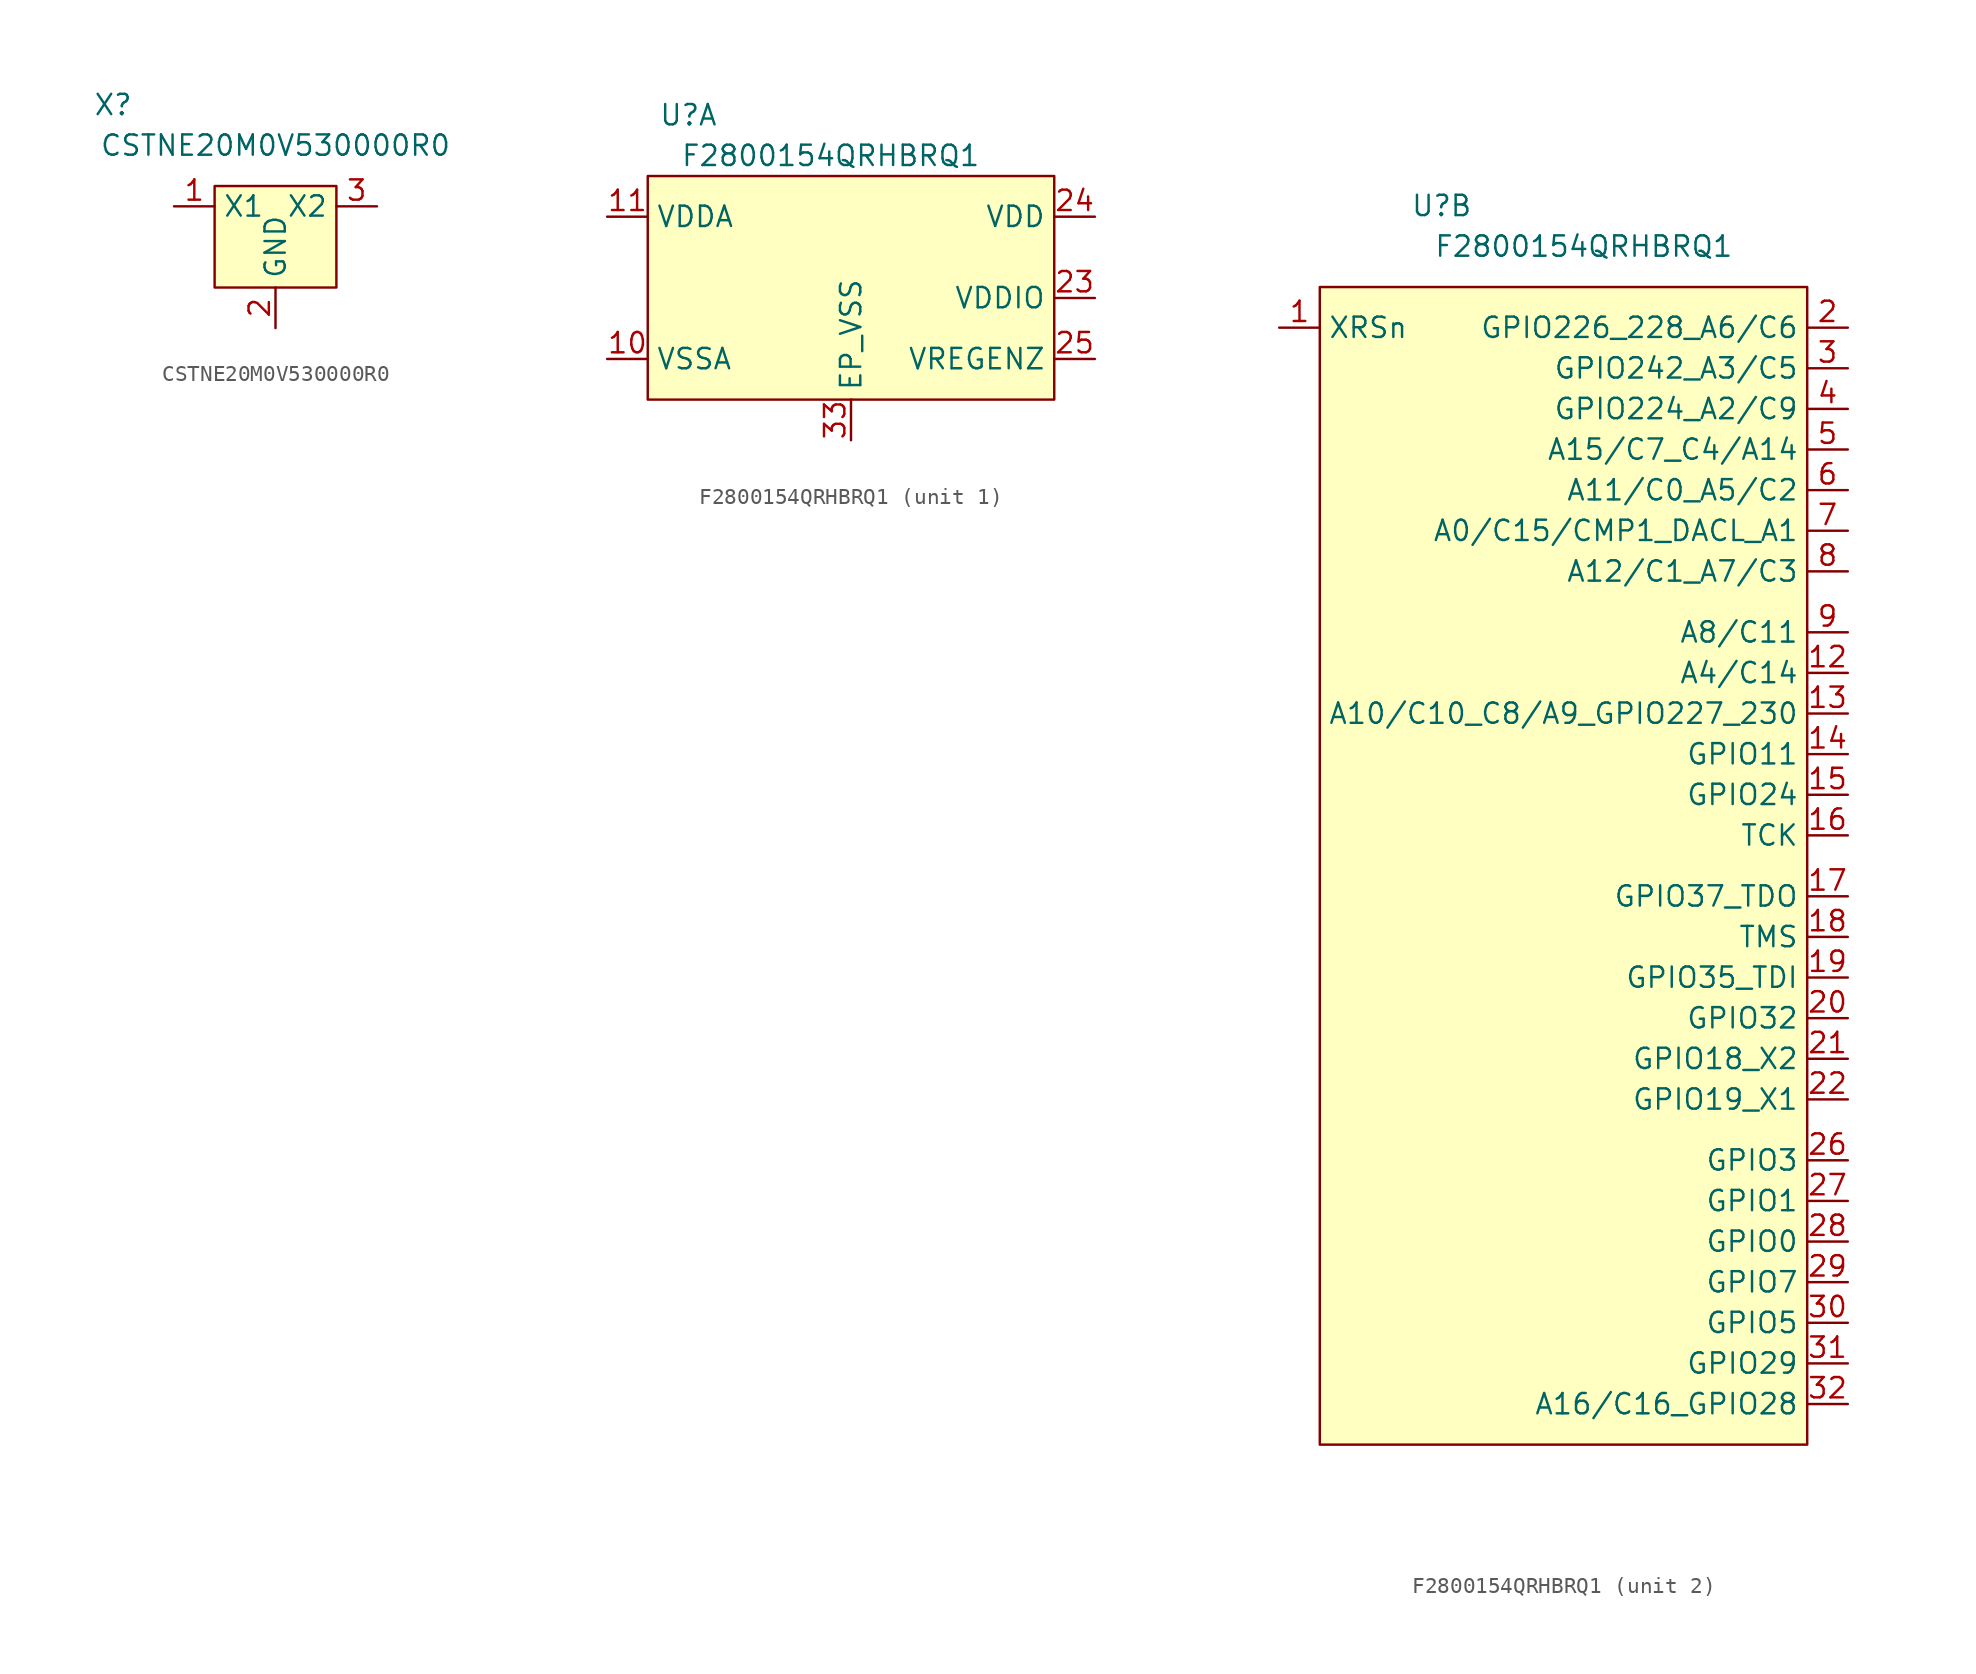
<source format=kicad_sym>
(kicad_symbol_lib
  (version 20220914)
  (generator kicad_symbol_editor)
  (symbol "CSTNE20M0V530000R0"
    (property "Reference" "X"
      (at -10.16 2.54 0)
      (effects (font (size 1.27 1.27))))
    (property "Value" "CSTNE20M0V530000R0"
      (at 0 0 0)
      (effects (font (size 1.27 1.27))))
    (symbol "CSTNE20M0V530000R0_1_1"
      (rectangle (start -3.81 -2.54) (end 3.81 -8.89) (stroke (width 0) (type default)) (fill (type background)))
      (pin input line (at -6.35 -3.81 0) (length 2.54) (name "X1" (effects (font (size 1.27 1.27)))) (number "1" (effects (font (size 1.27 1.27)))))
      (pin input line (at 0 -11.43 90) (length 2.54) (name "GND" (effects (font (size 1.27 1.27)))) (number "2" (effects (font (size 1.27 1.27)))))
      (pin input line (at 6.35 -3.81 180) (length 2.54) (name "X2" (effects (font (size 1.27 1.27)))) (number "3" (effects (font (size 1.27 1.27)))))))
  (symbol "F2800154QRHBRQ1"
    (property "Reference" "U"
      (at -10.16 3.81 0)
      (effects (font (size 1.27 1.27))))
    (property "Value" "F2800154QRHBRQ1"
      (at -1.27 1.27 0)
      (effects (font (size 1.27 1.27))))
    (symbol "F2800154QRHBRQ1_1_1"
      (rectangle (start -12.7 0) (end 12.7 -13.97) (stroke (width 0) (type default)) (fill (type background)))
      (pin input line (at -15.24 -11.43 0) (length 2.54) (name "VSSA" (effects (font (size 1.27 1.27)))) (number "10" (effects (font (size 1.27 1.27)))))
      (pin input line (at -15.24 -2.54 0) (length 2.54) (name "VDDA" (effects (font (size 1.27 1.27)))) (number "11" (effects (font (size 1.27 1.27)))))
      (pin input line (at 15.24 -7.62 180) (length 2.54) (name "VDDIO" (effects (font (size 1.27 1.27)))) (number "23" (effects (font (size 1.27 1.27)))))
      (pin input line (at 15.24 -2.54 180) (length 2.54) (name "VDD" (effects (font (size 1.27 1.27)))) (number "24" (effects (font (size 1.27 1.27)))))
      (pin input line (at 15.24 -11.43 180) (length 2.54) (name "VREGENZ" (effects (font (size 1.27 1.27)))) (number "25" (effects (font (size 1.27 1.27)))))
      (pin input line (at 0 -16.51 90) (length 2.54) (name "EP_VSS" (effects (font (size 1.27 1.27)))) (number "33" (effects (font (size 1.27 1.27))))))
    (symbol "F2800154QRHBRQ1_2_1"
      (rectangle (start -17.78 -1.27) (end 12.7 -73.66) (stroke (width 0) (type default)) (fill (type background)))
      (pin input line (at -20.32 -3.81 0) (length 2.54) (name "XRSn" (effects (font (size 1.27 1.27)))) (number "1" (effects (font (size 1.27 1.27)))))
      (pin input line (at 15.24 -25.4 180) (length 2.54) (name "A4/C14" (effects (font (size 1.27 1.27)))) (number "12" (effects (font (size 1.27 1.27)))))
      (pin input line (at 15.24 -27.94 180) (length 2.54) (name "A10/C10_C8/A9_GPIO227_230" (effects (font (size 1.27 1.27)))) (number "13" (effects (font (size 1.27 1.27)))))
      (pin input line (at 15.24 -30.48 180) (length 2.54) (name "GPIO11" (effects (font (size 1.27 1.27)))) (number "14" (effects (font (size 1.27 1.27)))))
      (pin input line (at 15.24 -33.02 180) (length 2.54) (name "GPIO24" (effects (font (size 1.27 1.27)))) (number "15" (effects (font (size 1.27 1.27)))))
      (pin input line (at 15.24 -35.56 180) (length 2.54) (name "TCK" (effects (font (size 1.27 1.27)))) (number "16" (effects (font (size 1.27 1.27)))))
      (pin input line (at 15.24 -39.37 180) (length 2.54) (name "GPIO37_TDO" (effects (font (size 1.27 1.27)))) (number "17" (effects (font (size 1.27 1.27)))))
      (pin input line (at 15.24 -41.91 180) (length 2.54) (name "TMS" (effects (font (size 1.27 1.27)))) (number "18" (effects (font (size 1.27 1.27)))))
      (pin input line (at 15.24 -44.45 180) (length 2.54) (name "GPIO35_TDI" (effects (font (size 1.27 1.27)))) (number "19" (effects (font (size 1.27 1.27)))))
      (pin input line (at 15.24 -3.81 180) (length 2.54) (name "GPIO226_228_A6/C6" (effects (font (size 1.27 1.27)))) (number "2" (effects (font (size 1.27 1.27)))))
      (pin input line (at 15.24 -46.99 180) (length 2.54) (name "GPIO32" (effects (font (size 1.27 1.27)))) (number "20" (effects (font (size 1.27 1.27)))))
      (pin input line (at 15.24 -49.53 180) (length 2.54) (name "GPIO18_X2" (effects (font (size 1.27 1.27)))) (number "21" (effects (font (size 1.27 1.27)))))
      (pin input line (at 15.24 -52.07 180) (length 2.54) (name "GPIO19_X1" (effects (font (size 1.27 1.27)))) (number "22" (effects (font (size 1.27 1.27)))))
      (pin input line (at 15.24 -55.88 180) (length 2.54) (name "GPIO3" (effects (font (size 1.27 1.27)))) (number "26" (effects (font (size 1.27 1.27)))))
      (pin input line (at 15.24 -58.42 180) (length 2.54) (name "GPIO1" (effects (font (size 1.27 1.27)))) (number "27" (effects (font (size 1.27 1.27)))))
      (pin input line (at 15.24 -60.96 180) (length 2.54) (name "GPIO0" (effects (font (size 1.27 1.27)))) (number "28" (effects (font (size 1.27 1.27)))))
      (pin input line (at 15.24 -63.5 180) (length 2.54) (name "GPIO7" (effects (font (size 1.27 1.27)))) (number "29" (effects (font (size 1.27 1.27)))))
      (pin input line (at 15.24 -6.35 180) (length 2.54) (name "GPIO242_A3/C5" (effects (font (size 1.27 1.27)))) (number "3" (effects (font (size 1.27 1.27)))))
      (pin input line (at 15.24 -66.04 180) (length 2.54) (name "GPIO5" (effects (font (size 1.27 1.27)))) (number "30" (effects (font (size 1.27 1.27)))))
      (pin input line (at 15.24 -68.58 180) (length 2.54) (name "GPIO29" (effects (font (size 1.27 1.27)))) (number "31" (effects (font (size 1.27 1.27)))))
      (pin input line (at 15.24 -71.12 180) (length 2.54) (name "A16/C16_GPIO28" (effects (font (size 1.27 1.27)))) (number "32" (effects (font (size 1.27 1.27)))))
      (pin input line (at 15.24 -8.89 180) (length 2.54) (name "GPIO224_A2/C9" (effects (font (size 1.27 1.27)))) (number "4" (effects (font (size 1.27 1.27)))))
      (pin input line (at 15.24 -11.43 180) (length 2.54) (name "A15/C7_C4/A14" (effects (font (size 1.27 1.27)))) (number "5" (effects (font (size 1.27 1.27)))))
      (pin input line (at 15.24 -13.97 180) (length 2.54) (name "A11/C0_A5/C2" (effects (font (size 1.27 1.27)))) (number "6" (effects (font (size 1.27 1.27)))))
      (pin input line (at 15.24 -16.51 180) (length 2.54) (name "A0/C15/CMP1_DACL_A1" (effects (font (size 1.27 1.27)))) (number "7" (effects (font (size 1.27 1.27)))))
      (pin input line (at 15.24 -19.05 180) (length 2.54) (name "A12/C1_A7/C3" (effects (font (size 1.27 1.27)))) (number "8" (effects (font (size 1.27 1.27)))))
      (pin input line (at 15.24 -22.86 180) (length 2.54) (name "A8/C11" (effects (font (size 1.27 1.27)))) (number "9" (effects (font (size 1.27 1.27))))))))
</source>
